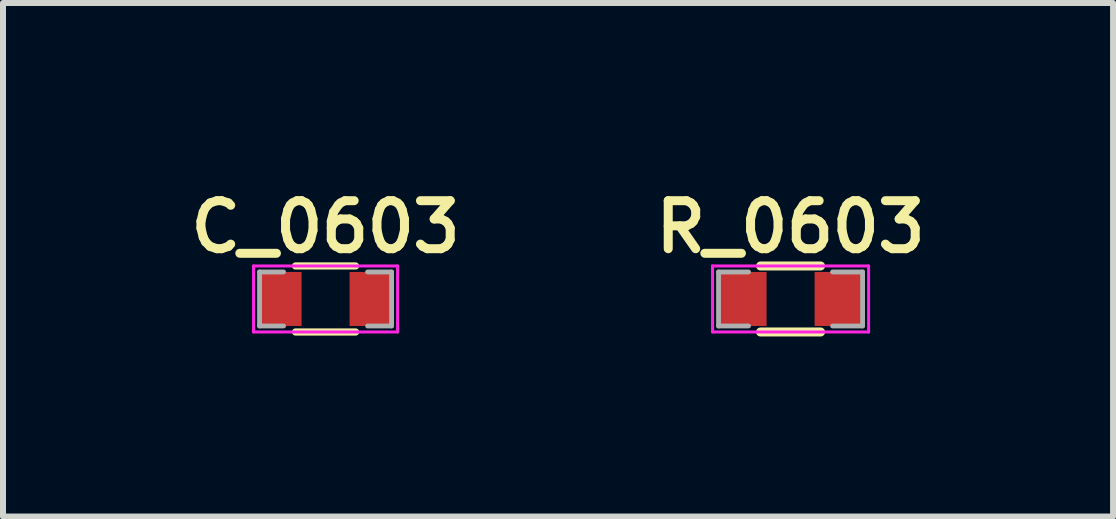
<source format=kicad_pcb>
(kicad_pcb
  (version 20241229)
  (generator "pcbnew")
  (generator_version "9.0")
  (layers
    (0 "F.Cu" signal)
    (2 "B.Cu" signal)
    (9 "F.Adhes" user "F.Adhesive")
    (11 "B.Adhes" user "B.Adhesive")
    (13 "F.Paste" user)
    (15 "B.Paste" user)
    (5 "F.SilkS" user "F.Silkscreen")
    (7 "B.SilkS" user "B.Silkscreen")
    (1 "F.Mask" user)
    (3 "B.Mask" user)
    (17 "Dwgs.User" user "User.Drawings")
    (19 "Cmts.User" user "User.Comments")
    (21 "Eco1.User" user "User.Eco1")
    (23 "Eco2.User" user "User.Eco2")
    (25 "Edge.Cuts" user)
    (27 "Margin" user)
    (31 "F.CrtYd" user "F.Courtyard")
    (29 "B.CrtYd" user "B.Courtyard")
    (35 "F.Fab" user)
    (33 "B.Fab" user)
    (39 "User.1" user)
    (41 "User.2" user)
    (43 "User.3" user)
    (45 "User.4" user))
  (footprint "C_0603"
    (layer "F.Cu")
    (at 2.374 1.931)
    (property "Reference" "C_0603" (at 0 -1.2 0) (layer "F.SilkS") (effects (font (size 0.8 0.8) (thickness 0.15))))
    (attr smd)
    (fp_line (start -0.5 -0.55) (end 0.5 -0.55) (stroke (width 0.12) (type solid)) (layer "F.SilkS"))
    (fp_line (start 0.5 0.55) (end -0.5 0.55) (stroke (width 0.12) (type solid)) (layer "F.SilkS"))
    (fp_line (start -1.2 -0.55) (end -1.2 0.55) (stroke (width 0.05) (type solid)) (layer "F.CrtYd"))
    (fp_line (start -1.2 -0.55) (end 1.2 -0.55) (stroke (width 0.05) (type solid)) (layer "F.CrtYd"))
    (fp_line (start -1.2 0.55) (end 1.2 0.55) (stroke (width 0.05) (type solid)) (layer "F.CrtYd"))
    (fp_line (start 1.2 0.55) (end 1.2 -0.55) (stroke (width 0.05) (type solid)) (layer "F.CrtYd"))
    (fp_line (start -1.1 0.45) (end -1.1 -0.45) (stroke (width 0.08) (type solid)) (layer "F.Fab"))
    (fp_line (start -0.7 -0.45) (end -1.1 -0.45) (stroke (width 0.08) (type solid)) (layer "F.Fab"))
    (fp_line (start -0.7 0.45) (end -1.1 0.45) (stroke (width 0.08) (type solid)) (layer "F.Fab"))
    (fp_line (start 0.7 -0.45) (end 1.1 -0.45) (stroke (width 0.08) (type solid)) (layer "F.Fab"))
    (fp_line (start 0.7 0.45) (end 1.1 0.45) (stroke (width 0.08) (type solid)) (layer "F.Fab"))
    (fp_line (start 1.1 -0.45) (end 1.1 0.45) (stroke (width 0.08) (type solid)) (layer "F.Fab"))
    (pad "1" smd rect (at -0.75 0) (size 0.7 0.9) (layers "F.Cu" "F.Mask" "F.Paste"))
    (pad "2" smd rect (at 0.75 0) (size 0.7 0.9) (layers "F.Cu" "F.Mask" "F.Paste")))
  (footprint "R_0603"
    (layer "F.Cu")
    (at 10.121 1.931)
    (property "Reference" "R_0603" (at 0 -1.2 0) (layer "F.SilkS") (effects (font (size 0.8 0.8) (thickness 0.15))))
    (attr smd)
    (fp_line (start -0.5 -0.55) (end 0.5 -0.55) (stroke (width 0.15) (type solid)) (layer "F.SilkS"))
    (fp_line (start 0.5 0.55) (end -0.5 0.55) (stroke (width 0.15) (type solid)) (layer "F.SilkS"))
    (fp_line (start -1.3 -0.55) (end -1.3 0.55) (stroke (width 0.05) (type solid)) (layer "F.CrtYd"))
    (fp_line (start -1.3 -0.55) (end 1.3 -0.55) (stroke (width 0.05) (type solid)) (layer "F.CrtYd"))
    (fp_line (start -1.3 0.55) (end 1.3 0.55) (stroke (width 0.05) (type solid)) (layer "F.CrtYd"))
    (fp_line (start 1.3 0.55) (end 1.3 -0.55) (stroke (width 0.05) (type solid)) (layer "F.CrtYd"))
    (fp_line (start -1.2 0.45) (end -1.2 -0.45) (stroke (width 0.08) (type solid)) (layer "F.Fab"))
    (fp_line (start -0.7 -0.45) (end -1.2 -0.45) (stroke (width 0.08) (type solid)) (layer "F.Fab"))
    (fp_line (start -0.7 0.45) (end -1.2 0.45) (stroke (width 0.08) (type solid)) (layer "F.Fab"))
    (fp_line (start 0.7 -0.45) (end 1.2 -0.45) (stroke (width 0.08) (type solid)) (layer "F.Fab"))
    (fp_line (start 0.7 0.45) (end 1.2 0.45) (stroke (width 0.08) (type solid)) (layer "F.Fab"))
    (fp_line (start 1.2 -0.45) (end 1.2 0.45) (stroke (width 0.08) (type solid)) (layer "F.Fab"))
    (pad "1" smd rect (at -0.8 0) (size 0.8 0.9) (layers "F.Cu" "F.Mask" "F.Paste"))
    (pad "2" smd rect (at 0.8 0) (size 0.8 0.9) (layers "F.Cu" "F.Mask" "F.Paste")))
  (gr_rect
    (start -3 -3)
    (end 15.494 5.556)
    (stroke (width 0.1) (type default))
    (fill no)
    (layer "Edge.Cuts")))
</source>
